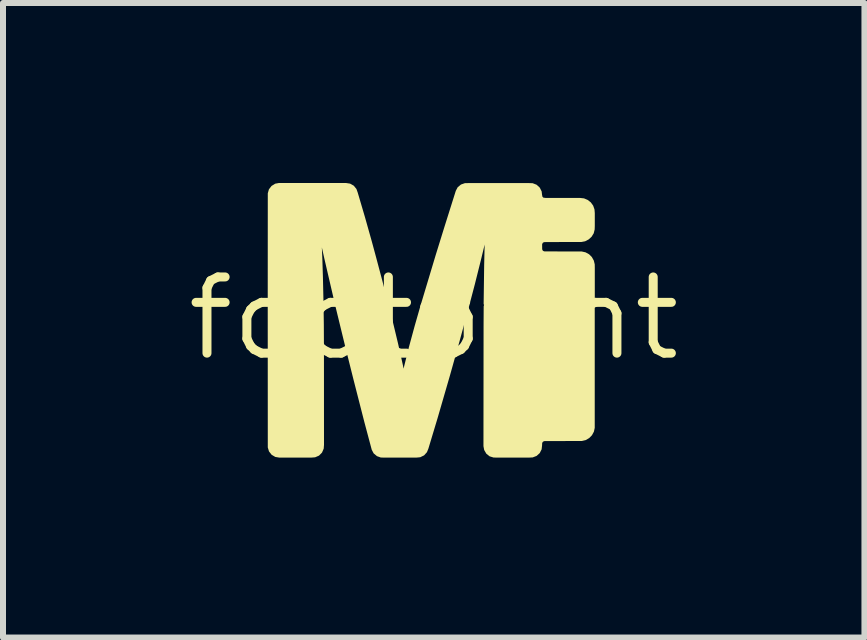
<source format=kicad_pcb>
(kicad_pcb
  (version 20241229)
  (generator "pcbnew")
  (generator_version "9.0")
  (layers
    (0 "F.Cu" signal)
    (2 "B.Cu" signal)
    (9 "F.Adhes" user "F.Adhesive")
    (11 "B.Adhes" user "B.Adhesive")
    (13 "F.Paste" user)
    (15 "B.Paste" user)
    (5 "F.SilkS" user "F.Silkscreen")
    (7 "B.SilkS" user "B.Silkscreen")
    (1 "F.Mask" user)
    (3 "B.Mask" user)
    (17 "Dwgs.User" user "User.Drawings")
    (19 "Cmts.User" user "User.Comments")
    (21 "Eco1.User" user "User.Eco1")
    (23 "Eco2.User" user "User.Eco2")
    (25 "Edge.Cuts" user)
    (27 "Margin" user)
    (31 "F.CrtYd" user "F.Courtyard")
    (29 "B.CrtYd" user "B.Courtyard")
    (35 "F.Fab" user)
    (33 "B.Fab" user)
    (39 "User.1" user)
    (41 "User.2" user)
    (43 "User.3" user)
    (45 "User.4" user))
  (footprint "footprint"
    (layer "F.Cu")
    (at 4.18 2.257)
    (property "Reference" "footprint" (at 0 0 0) (layer "F.SilkS") (effects (font (size 1.27 1.27) (thickness 0.15))))
    (fp_poly (pts (xy -1.837 -0.253) (xy -1.832 0.096) (xy -1.83 0.52) (xy -1.829 2.109) (xy -1.834 2.172) (xy -1.862 2.237) (xy -1.912 2.288) (xy -1.977 2.316) (xy -2.04 2.321) (xy -2.575 2.321) (xy -2.641 2.31) (xy -2.702 2.274) (xy -2.746 2.218) (xy -2.766 2.152) (xy -2.767 -0.287) (xy -1.913 -0.287)) (stroke (width 0) (type solid)) (fill yes) (layer "F.SilkS"))
    (fp_poly (pts (xy -1.459 -2.256) (xy -1.394 -2.246) (xy -1.332 -2.211) (xy -1.288 -2.156) (xy -1.267 -2.097) (xy -1.147 -1.69) (xy -1.032 -1.282) (xy -0.963 -1.027) (xy -0.854 -0.617) (xy -0.749 -0.208) (xy -0.846 -0.187) (xy -1.629 -0.187) (xy -1.655 -0.272) (xy -1.823 -0.995) (xy -1.865 -1.183) (xy -1.857 -1.006) (xy -1.847 -0.688) (xy -1.837 -0.244) (xy -1.893 -0.187) (xy -2.746 -0.187) (xy -2.767 -0.274) (xy -2.766 -2.085) (xy -2.747 -2.151) (xy -2.704 -2.207) (xy -2.643 -2.245) (xy -2.578 -2.257)) (stroke (width 0) (type solid)) (fill yes) (layer "F.SilkS"))
    (fp_poly (pts (xy 2.684 -0.184) (xy 2.684 1.826) (xy 2.67 1.889) (xy 2.638 1.948) (xy 2.592 1.995) (xy 2.534 2.029) (xy 2.47 2.044) (xy 1.842 2.046) (xy 1.82 2.057) (xy 1.808 2.077) (xy 1.806 2.119) (xy 1.799 2.183) (xy 1.767 2.246) (xy 1.715 2.293) (xy 1.65 2.318) (xy 1.588 2.321) (xy 1.058 2.321) (xy 0.998 2.32) (xy 0.932 2.3) (xy 0.877 2.256) (xy 0.841 2.194) (xy 0.829 2.13) (xy 0.831 0.12) (xy 0.833 -0.203) (xy 0.858 -0.287) (xy 2.688 -0.287)) (stroke (width 0) (type solid)) (fill yes) (layer "F.SilkS"))
    (fp_poly (pts (xy -0.732 -0.148) (xy -0.694 0.006) (xy -0.595 0.418) (xy -0.514 0.779) (xy -0.502 0.839) (xy -0.492 0.794) (xy -0.415 0.485) (xy -0.318 0.128) (xy -0.211 -0.245) (xy -0.147 -0.287) (xy 0.505 -0.287) (xy 0.608 -0.271) (xy 0.427 0.394) (xy 0.27 0.954) (xy 0.064 1.664) (xy -0.089 2.172) (xy -0.113 2.231) (xy -0.161 2.284) (xy -0.225 2.315) (xy -0.288 2.321) (xy -0.82 2.321) (xy -0.881 2.32) (xy -0.946 2.297) (xy -1.001 2.251) (xy -1.033 2.191) (xy -1.157 1.726) (xy -1.34 1.01) (xy -1.481 0.446) (xy -1.657 -0.277) (xy -1.55 -0.287) (xy -0.77 -0.287)) (stroke (width 0) (type solid)) (fill yes) (layer "F.SilkS"))
    (fp_poly (pts (xy 1.649 -2.253) (xy 1.714 -2.228) (xy 1.767 -2.18) (xy 1.799 -2.117) (xy 1.806 -2.059) (xy 1.813 -2.026) (xy 1.829 -2.012) (xy 1.863 -2.008) (xy 2.443 -2.007) (xy 2.506 -2) (xy 2.567 -1.974) (xy 2.619 -1.933) (xy 2.658 -1.879) (xy 2.68 -1.816) (xy 2.685 -1.755) (xy 2.685 -1.541) (xy 2.683 -1.482) (xy 2.667 -1.418) (xy 2.632 -1.361) (xy 2.583 -1.316) (xy 2.524 -1.285) (xy 2.461 -1.273) (xy 1.876 -1.272) (xy 1.837 -1.27) (xy 1.817 -1.258) (xy 1.807 -1.234) (xy 1.808 -1.151) (xy 1.819 -1.128) (xy 1.84 -1.117) (xy 1.88 -1.116) (xy 2.466 -1.115) (xy 2.53 -1.101) (xy 2.589 -1.069) (xy 2.636 -1.022) (xy 2.669 -0.963) (xy 2.684 -0.9) (xy 2.685 -0.842) (xy 2.685 -0.234) (xy 2.62 -0.187) (xy 0.896 -0.187) (xy 0.832 -0.234) (xy 0.841 -0.895) (xy 0.849 -1.231) (xy 0.787 -0.974) (xy 0.684 -0.563) (xy 0.6 -0.244) (xy 0.548 -0.187) (xy -0.228 -0.187) (xy 0.035 -1.062) (xy 0.176 -1.517) (xy 0.368 -2.126) (xy 0.399 -2.185) (xy 0.454 -2.231) (xy 0.52 -2.254) (xy 0.581 -2.255) (xy 1.587 -2.255)) (stroke (width 0) (type solid)) (fill yes) (layer "F.SilkS")))
  (gr_rect
    (start -3 -3)
    (end 11.36 7.578)
    (stroke (width 0.1) (type default))
    (fill no)
    (layer "Edge.Cuts")))
</source>
